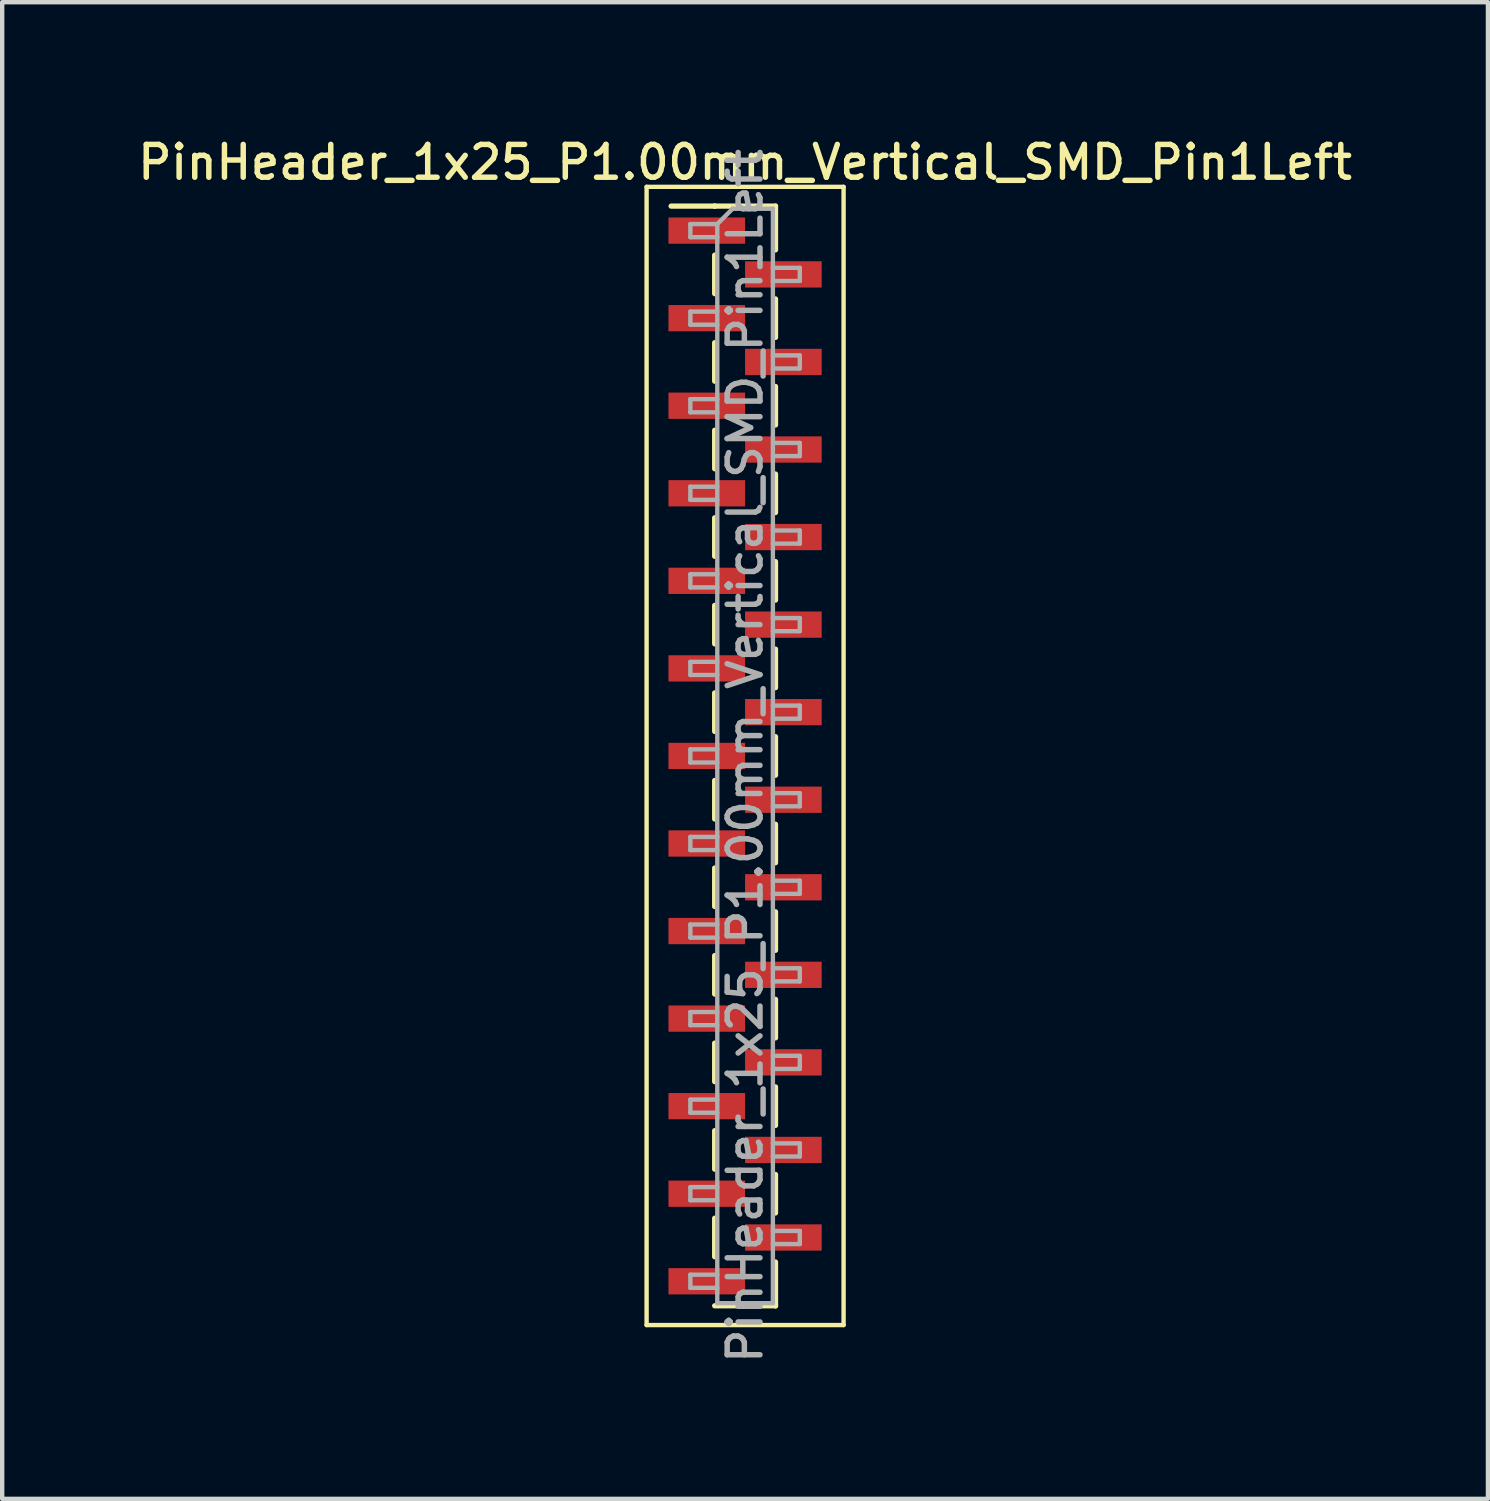
<source format=kicad_pcb>
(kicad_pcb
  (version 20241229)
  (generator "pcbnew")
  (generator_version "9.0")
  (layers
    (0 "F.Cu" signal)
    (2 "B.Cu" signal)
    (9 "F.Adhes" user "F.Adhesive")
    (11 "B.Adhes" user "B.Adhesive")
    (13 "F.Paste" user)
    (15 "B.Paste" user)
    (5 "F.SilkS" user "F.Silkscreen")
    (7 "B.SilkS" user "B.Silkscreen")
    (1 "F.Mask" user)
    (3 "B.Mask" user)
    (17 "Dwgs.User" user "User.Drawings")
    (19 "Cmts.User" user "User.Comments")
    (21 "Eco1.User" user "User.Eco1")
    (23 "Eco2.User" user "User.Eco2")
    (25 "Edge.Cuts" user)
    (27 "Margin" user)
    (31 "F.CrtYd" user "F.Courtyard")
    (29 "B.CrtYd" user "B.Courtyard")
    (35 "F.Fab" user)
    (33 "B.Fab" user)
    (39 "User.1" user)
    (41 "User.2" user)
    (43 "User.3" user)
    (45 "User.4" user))
  (footprint "PinHeader_1x25_P1.00mm_Vertical_SMD_Pin1Left"
    (layer "F.Cu")
    (at 13.97 14.218)
    (property "Reference" "PinHeader_1x25_P1.00mm_Vertical_SMD_Pin1Left" (at 0 -13.56 0) (layer "F.SilkS") (effects (font (size 0.75 0.75) (thickness 0.125))))
    (attr smd)
    (fp_line (start -2.25 -13) (end -2.25 13) (stroke (width 0.1) (type solid)) (layer "F.SilkS"))
    (fp_line (start -2.25 13) (end 2.25 13) (stroke (width 0.1) (type solid)) (layer "F.SilkS"))
    (fp_line (start -0.695 -12.56) (end -1.69 -12.56) (stroke (width 0.12) (type solid)) (layer "F.SilkS"))
    (fp_line (start -0.695 -12.56) (end -0.695 -12.56) (stroke (width 0.12) (type solid)) (layer "F.SilkS"))
    (fp_line (start -0.695 -12.56) (end 0.695 -12.56) (stroke (width 0.12) (type solid)) (layer "F.SilkS"))
    (fp_line (start -0.695 -11.44) (end -0.695 -10.56) (stroke (width 0.12) (type solid)) (layer "F.SilkS"))
    (fp_line (start -0.695 -9.44) (end -0.695 -8.56) (stroke (width 0.12) (type solid)) (layer "F.SilkS"))
    (fp_line (start -0.695 -7.44) (end -0.695 -6.56) (stroke (width 0.12) (type solid)) (layer "F.SilkS"))
    (fp_line (start -0.695 -5.44) (end -0.695 -4.56) (stroke (width 0.12) (type solid)) (layer "F.SilkS"))
    (fp_line (start -0.695 -3.44) (end -0.695 -2.56) (stroke (width 0.12) (type solid)) (layer "F.SilkS"))
    (fp_line (start -0.695 -1.44) (end -0.695 -0.56) (stroke (width 0.12) (type solid)) (layer "F.SilkS"))
    (fp_line (start -0.695 0.56) (end -0.695 1.44) (stroke (width 0.12) (type solid)) (layer "F.SilkS"))
    (fp_line (start -0.695 2.56) (end -0.695 3.44) (stroke (width 0.12) (type solid)) (layer "F.SilkS"))
    (fp_line (start -0.695 4.56) (end -0.695 5.44) (stroke (width 0.12) (type solid)) (layer "F.SilkS"))
    (fp_line (start -0.695 6.56) (end -0.695 7.44) (stroke (width 0.12) (type solid)) (layer "F.SilkS"))
    (fp_line (start -0.695 8.56) (end -0.695 9.44) (stroke (width 0.12) (type solid)) (layer "F.SilkS"))
    (fp_line (start -0.695 10.56) (end -0.695 11.44) (stroke (width 0.12) (type solid)) (layer "F.SilkS"))
    (fp_line (start -0.695 12.56) (end 0.695 12.56) (stroke (width 0.12) (type solid)) (layer "F.SilkS"))
    (fp_line (start 0.695 -12.56) (end 0.695 -11.56) (stroke (width 0.12) (type solid)) (layer "F.SilkS"))
    (fp_line (start 0.695 -10.44) (end 0.695 -9.56) (stroke (width 0.12) (type solid)) (layer "F.SilkS"))
    (fp_line (start 0.695 -8.44) (end 0.695 -7.56) (stroke (width 0.12) (type solid)) (layer "F.SilkS"))
    (fp_line (start 0.695 -6.44) (end 0.695 -5.56) (stroke (width 0.12) (type solid)) (layer "F.SilkS"))
    (fp_line (start 0.695 -4.44) (end 0.695 -3.56) (stroke (width 0.12) (type solid)) (layer "F.SilkS"))
    (fp_line (start 0.695 -2.44) (end 0.695 -1.56) (stroke (width 0.12) (type solid)) (layer "F.SilkS"))
    (fp_line (start 0.695 -0.44) (end 0.695 0.44) (stroke (width 0.12) (type solid)) (layer "F.SilkS"))
    (fp_line (start 0.695 1.56) (end 0.695 2.44) (stroke (width 0.12) (type solid)) (layer "F.SilkS"))
    (fp_line (start 0.695 3.56) (end 0.695 4.44) (stroke (width 0.12) (type solid)) (layer "F.SilkS"))
    (fp_line (start 0.695 5.56) (end 0.695 6.44) (stroke (width 0.12) (type solid)) (layer "F.SilkS"))
    (fp_line (start 0.695 7.56) (end 0.695 8.44) (stroke (width 0.12) (type solid)) (layer "F.SilkS"))
    (fp_line (start 0.695 9.56) (end 0.695 10.44) (stroke (width 0.12) (type solid)) (layer "F.SilkS"))
    (fp_line (start 0.695 11.56) (end 0.695 12.56) (stroke (width 0.12) (type solid)) (layer "F.SilkS"))
    (fp_line (start 0.695 12.56) (end 0.695 12.56) (stroke (width 0.12) (type solid)) (layer "F.SilkS"))
    (fp_line (start 2.25 -13) (end -2.25 -13) (stroke (width 0.1) (type solid)) (layer "F.SilkS"))
    (fp_line (start 2.25 13) (end 2.25 -13) (stroke (width 0.1) (type solid)) (layer "F.SilkS"))
    (fp_line (start -1.25 -12.15) (end -1.25 -11.85) (stroke (width 0.1) (type solid)) (layer "F.Fab"))
    (fp_line (start -1.25 -11.85) (end -0.635 -11.85) (stroke (width 0.1) (type solid)) (layer "F.Fab"))
    (fp_line (start -1.25 -10.15) (end -1.25 -9.85) (stroke (width 0.1) (type solid)) (layer "F.Fab"))
    (fp_line (start -1.25 -9.85) (end -0.635 -9.85) (stroke (width 0.1) (type solid)) (layer "F.Fab"))
    (fp_line (start -1.25 -8.15) (end -1.25 -7.85) (stroke (width 0.1) (type solid)) (layer "F.Fab"))
    (fp_line (start -1.25 -7.85) (end -0.635 -7.85) (stroke (width 0.1) (type solid)) (layer "F.Fab"))
    (fp_line (start -1.25 -6.15) (end -1.25 -5.85) (stroke (width 0.1) (type solid)) (layer "F.Fab"))
    (fp_line (start -1.25 -5.85) (end -0.635 -5.85) (stroke (width 0.1) (type solid)) (layer "F.Fab"))
    (fp_line (start -1.25 -4.15) (end -1.25 -3.85) (stroke (width 0.1) (type solid)) (layer "F.Fab"))
    (fp_line (start -1.25 -3.85) (end -0.635 -3.85) (stroke (width 0.1) (type solid)) (layer "F.Fab"))
    (fp_line (start -1.25 -2.15) (end -1.25 -1.85) (stroke (width 0.1) (type solid)) (layer "F.Fab"))
    (fp_line (start -1.25 -1.85) (end -0.635 -1.85) (stroke (width 0.1) (type solid)) (layer "F.Fab"))
    (fp_line (start -1.25 -0.15) (end -1.25 0.15) (stroke (width 0.1) (type solid)) (layer "F.Fab"))
    (fp_line (start -1.25 0.15) (end -0.635 0.15) (stroke (width 0.1) (type solid)) (layer "F.Fab"))
    (fp_line (start -1.25 1.85) (end -1.25 2.15) (stroke (width 0.1) (type solid)) (layer "F.Fab"))
    (fp_line (start -1.25 2.15) (end -0.635 2.15) (stroke (width 0.1) (type solid)) (layer "F.Fab"))
    (fp_line (start -1.25 3.85) (end -1.25 4.15) (stroke (width 0.1) (type solid)) (layer "F.Fab"))
    (fp_line (start -1.25 4.15) (end -0.635 4.15) (stroke (width 0.1) (type solid)) (layer "F.Fab"))
    (fp_line (start -1.25 5.85) (end -1.25 6.15) (stroke (width 0.1) (type solid)) (layer "F.Fab"))
    (fp_line (start -1.25 6.15) (end -0.635 6.15) (stroke (width 0.1) (type solid)) (layer "F.Fab"))
    (fp_line (start -1.25 7.85) (end -1.25 8.15) (stroke (width 0.1) (type solid)) (layer "F.Fab"))
    (fp_line (start -1.25 8.15) (end -0.635 8.15) (stroke (width 0.1) (type solid)) (layer "F.Fab"))
    (fp_line (start -1.25 9.85) (end -1.25 10.15) (stroke (width 0.1) (type solid)) (layer "F.Fab"))
    (fp_line (start -1.25 10.15) (end -0.635 10.15) (stroke (width 0.1) (type solid)) (layer "F.Fab"))
    (fp_line (start -1.25 11.85) (end -1.25 12.15) (stroke (width 0.1) (type solid)) (layer "F.Fab"))
    (fp_line (start -1.25 12.15) (end -0.635 12.15) (stroke (width 0.1) (type solid)) (layer "F.Fab"))
    (fp_line (start -0.635 -12.15) (end -1.25 -12.15) (stroke (width 0.1) (type solid)) (layer "F.Fab"))
    (fp_line (start -0.635 -12.15) (end -0.285 -12.5) (stroke (width 0.1) (type solid)) (layer "F.Fab"))
    (fp_line (start -0.635 -10.15) (end -1.25 -10.15) (stroke (width 0.1) (type solid)) (layer "F.Fab"))
    (fp_line (start -0.635 -8.15) (end -1.25 -8.15) (stroke (width 0.1) (type solid)) (layer "F.Fab"))
    (fp_line (start -0.635 -6.15) (end -1.25 -6.15) (stroke (width 0.1) (type solid)) (layer "F.Fab"))
    (fp_line (start -0.635 -4.15) (end -1.25 -4.15) (stroke (width 0.1) (type solid)) (layer "F.Fab"))
    (fp_line (start -0.635 -2.15) (end -1.25 -2.15) (stroke (width 0.1) (type solid)) (layer "F.Fab"))
    (fp_line (start -0.635 -0.15) (end -1.25 -0.15) (stroke (width 0.1) (type solid)) (layer "F.Fab"))
    (fp_line (start -0.635 1.85) (end -1.25 1.85) (stroke (width 0.1) (type solid)) (layer "F.Fab"))
    (fp_line (start -0.635 3.85) (end -1.25 3.85) (stroke (width 0.1) (type solid)) (layer "F.Fab"))
    (fp_line (start -0.635 5.85) (end -1.25 5.85) (stroke (width 0.1) (type solid)) (layer "F.Fab"))
    (fp_line (start -0.635 7.85) (end -1.25 7.85) (stroke (width 0.1) (type solid)) (layer "F.Fab"))
    (fp_line (start -0.635 9.85) (end -1.25 9.85) (stroke (width 0.1) (type solid)) (layer "F.Fab"))
    (fp_line (start -0.635 11.85) (end -1.25 11.85) (stroke (width 0.1) (type solid)) (layer "F.Fab"))
    (fp_line (start -0.635 12.5) (end -0.635 -12.15) (stroke (width 0.1) (type solid)) (layer "F.Fab"))
    (fp_line (start -0.285 -12.5) (end 0.635 -12.5) (stroke (width 0.1) (type solid)) (layer "F.Fab"))
    (fp_line (start 0.635 -12.5) (end 0.635 12.5) (stroke (width 0.1) (type solid)) (layer "F.Fab"))
    (fp_line (start 0.635 -11.15) (end 1.25 -11.15) (stroke (width 0.1) (type solid)) (layer "F.Fab"))
    (fp_line (start 0.635 -9.15) (end 1.25 -9.15) (stroke (width 0.1) (type solid)) (layer "F.Fab"))
    (fp_line (start 0.635 -7.15) (end 1.25 -7.15) (stroke (width 0.1) (type solid)) (layer "F.Fab"))
    (fp_line (start 0.635 -5.15) (end 1.25 -5.15) (stroke (width 0.1) (type solid)) (layer "F.Fab"))
    (fp_line (start 0.635 -3.15) (end 1.25 -3.15) (stroke (width 0.1) (type solid)) (layer "F.Fab"))
    (fp_line (start 0.635 -1.15) (end 1.25 -1.15) (stroke (width 0.1) (type solid)) (layer "F.Fab"))
    (fp_line (start 0.635 0.85) (end 1.25 0.85) (stroke (width 0.1) (type solid)) (layer "F.Fab"))
    (fp_line (start 0.635 2.85) (end 1.25 2.85) (stroke (width 0.1) (type solid)) (layer "F.Fab"))
    (fp_line (start 0.635 4.85) (end 1.25 4.85) (stroke (width 0.1) (type solid)) (layer "F.Fab"))
    (fp_line (start 0.635 6.85) (end 1.25 6.85) (stroke (width 0.1) (type solid)) (layer "F.Fab"))
    (fp_line (start 0.635 8.85) (end 1.25 8.85) (stroke (width 0.1) (type solid)) (layer "F.Fab"))
    (fp_line (start 0.635 10.85) (end 1.25 10.85) (stroke (width 0.1) (type solid)) (layer "F.Fab"))
    (fp_line (start 0.635 12.5) (end -0.635 12.5) (stroke (width 0.1) (type solid)) (layer "F.Fab"))
    (fp_line (start 1.25 -11.15) (end 1.25 -10.85) (stroke (width 0.1) (type solid)) (layer "F.Fab"))
    (fp_line (start 1.25 -10.85) (end 0.635 -10.85) (stroke (width 0.1) (type solid)) (layer "F.Fab"))
    (fp_line (start 1.25 -9.15) (end 1.25 -8.85) (stroke (width 0.1) (type solid)) (layer "F.Fab"))
    (fp_line (start 1.25 -8.85) (end 0.635 -8.85) (stroke (width 0.1) (type solid)) (layer "F.Fab"))
    (fp_line (start 1.25 -7.15) (end 1.25 -6.85) (stroke (width 0.1) (type solid)) (layer "F.Fab"))
    (fp_line (start 1.25 -6.85) (end 0.635 -6.85) (stroke (width 0.1) (type solid)) (layer "F.Fab"))
    (fp_line (start 1.25 -5.15) (end 1.25 -4.85) (stroke (width 0.1) (type solid)) (layer "F.Fab"))
    (fp_line (start 1.25 -4.85) (end 0.635 -4.85) (stroke (width 0.1) (type solid)) (layer "F.Fab"))
    (fp_line (start 1.25 -3.15) (end 1.25 -2.85) (stroke (width 0.1) (type solid)) (layer "F.Fab"))
    (fp_line (start 1.25 -2.85) (end 0.635 -2.85) (stroke (width 0.1) (type solid)) (layer "F.Fab"))
    (fp_line (start 1.25 -1.15) (end 1.25 -0.85) (stroke (width 0.1) (type solid)) (layer "F.Fab"))
    (fp_line (start 1.25 -0.85) (end 0.635 -0.85) (stroke (width 0.1) (type solid)) (layer "F.Fab"))
    (fp_line (start 1.25 0.85) (end 1.25 1.15) (stroke (width 0.1) (type solid)) (layer "F.Fab"))
    (fp_line (start 1.25 1.15) (end 0.635 1.15) (stroke (width 0.1) (type solid)) (layer "F.Fab"))
    (fp_line (start 1.25 2.85) (end 1.25 3.15) (stroke (width 0.1) (type solid)) (layer "F.Fab"))
    (fp_line (start 1.25 3.15) (end 0.635 3.15) (stroke (width 0.1) (type solid)) (layer "F.Fab"))
    (fp_line (start 1.25 4.85) (end 1.25 5.15) (stroke (width 0.1) (type solid)) (layer "F.Fab"))
    (fp_line (start 1.25 5.15) (end 0.635 5.15) (stroke (width 0.1) (type solid)) (layer "F.Fab"))
    (fp_line (start 1.25 6.85) (end 1.25 7.15) (stroke (width 0.1) (type solid)) (layer "F.Fab"))
    (fp_line (start 1.25 7.15) (end 0.635 7.15) (stroke (width 0.1) (type solid)) (layer "F.Fab"))
    (fp_line (start 1.25 8.85) (end 1.25 9.15) (stroke (width 0.1) (type solid)) (layer "F.Fab"))
    (fp_line (start 1.25 9.15) (end 0.635 9.15) (stroke (width 0.1) (type solid)) (layer "F.Fab"))
    (fp_line (start 1.25 10.85) (end 1.25 11.15) (stroke (width 0.1) (type solid)) (layer "F.Fab"))
    (fp_line (start 1.25 11.15) (end 0.635 11.15) (stroke (width 0.1) (type solid)) (layer "F.Fab"))
    (fp_text user "${REFERENCE}" (at 0 0 90) (layer "F.Fab") (effects (font (size 0.75 0.75) (thickness 0.125))))
    (pad "1" smd rect (at -0.875 -12) (size 1.75 0.6) (layers "F.Cu" "F.Mask" "F.Paste"))
    (pad "2" smd rect (at 0.875 -11) (size 1.75 0.6) (layers "F.Cu" "F.Mask" "F.Paste"))
    (pad "3" smd rect (at -0.875 -10) (size 1.75 0.6) (layers "F.Cu" "F.Mask" "F.Paste"))
    (pad "4" smd rect (at 0.875 -9) (size 1.75 0.6) (layers "F.Cu" "F.Mask" "F.Paste"))
    (pad "5" smd rect (at -0.875 -8) (size 1.75 0.6) (layers "F.Cu" "F.Mask" "F.Paste"))
    (pad "6" smd rect (at 0.875 -7) (size 1.75 0.6) (layers "F.Cu" "F.Mask" "F.Paste"))
    (pad "7" smd rect (at -0.875 -6) (size 1.75 0.6) (layers "F.Cu" "F.Mask" "F.Paste"))
    (pad "8" smd rect (at 0.875 -5) (size 1.75 0.6) (layers "F.Cu" "F.Mask" "F.Paste"))
    (pad "9" smd rect (at -0.875 -4) (size 1.75 0.6) (layers "F.Cu" "F.Mask" "F.Paste"))
    (pad "10" smd rect (at 0.875 -3) (size 1.75 0.6) (layers "F.Cu" "F.Mask" "F.Paste"))
    (pad "11" smd rect (at -0.875 -2) (size 1.75 0.6) (layers "F.Cu" "F.Mask" "F.Paste"))
    (pad "12" smd rect (at 0.875 -1) (size 1.75 0.6) (layers "F.Cu" "F.Mask" "F.Paste"))
    (pad "13" smd rect (at -0.875 0) (size 1.75 0.6) (layers "F.Cu" "F.Mask" "F.Paste"))
    (pad "14" smd rect (at 0.875 1) (size 1.75 0.6) (layers "F.Cu" "F.Mask" "F.Paste"))
    (pad "15" smd rect (at -0.875 2) (size 1.75 0.6) (layers "F.Cu" "F.Mask" "F.Paste"))
    (pad "16" smd rect (at 0.875 3) (size 1.75 0.6) (layers "F.Cu" "F.Mask" "F.Paste"))
    (pad "17" smd rect (at -0.875 4) (size 1.75 0.6) (layers "F.Cu" "F.Mask" "F.Paste"))
    (pad "18" smd rect (at 0.875 5) (size 1.75 0.6) (layers "F.Cu" "F.Mask" "F.Paste"))
    (pad "19" smd rect (at -0.875 6) (size 1.75 0.6) (layers "F.Cu" "F.Mask" "F.Paste"))
    (pad "20" smd rect (at 0.875 7) (size 1.75 0.6) (layers "F.Cu" "F.Mask" "F.Paste"))
    (pad "21" smd rect (at -0.875 8) (size 1.75 0.6) (layers "F.Cu" "F.Mask" "F.Paste"))
    (pad "22" smd rect (at 0.875 9) (size 1.75 0.6) (layers "F.Cu" "F.Mask" "F.Paste"))
    (pad "23" smd rect (at -0.875 10) (size 1.75 0.6) (layers "F.Cu" "F.Mask" "F.Paste"))
    (pad "24" smd rect (at 0.875 11) (size 1.75 0.6) (layers "F.Cu" "F.Mask" "F.Paste"))
    (pad "25" smd rect (at -0.875 12) (size 1.75 0.6) (layers "F.Cu" "F.Mask" "F.Paste")))
  (gr_rect
    (start -3 -3)
    (end 30.939 31.188)
    (stroke (width 0.1) (type default))
    (fill no)
    (layer "Edge.Cuts")))
</source>
